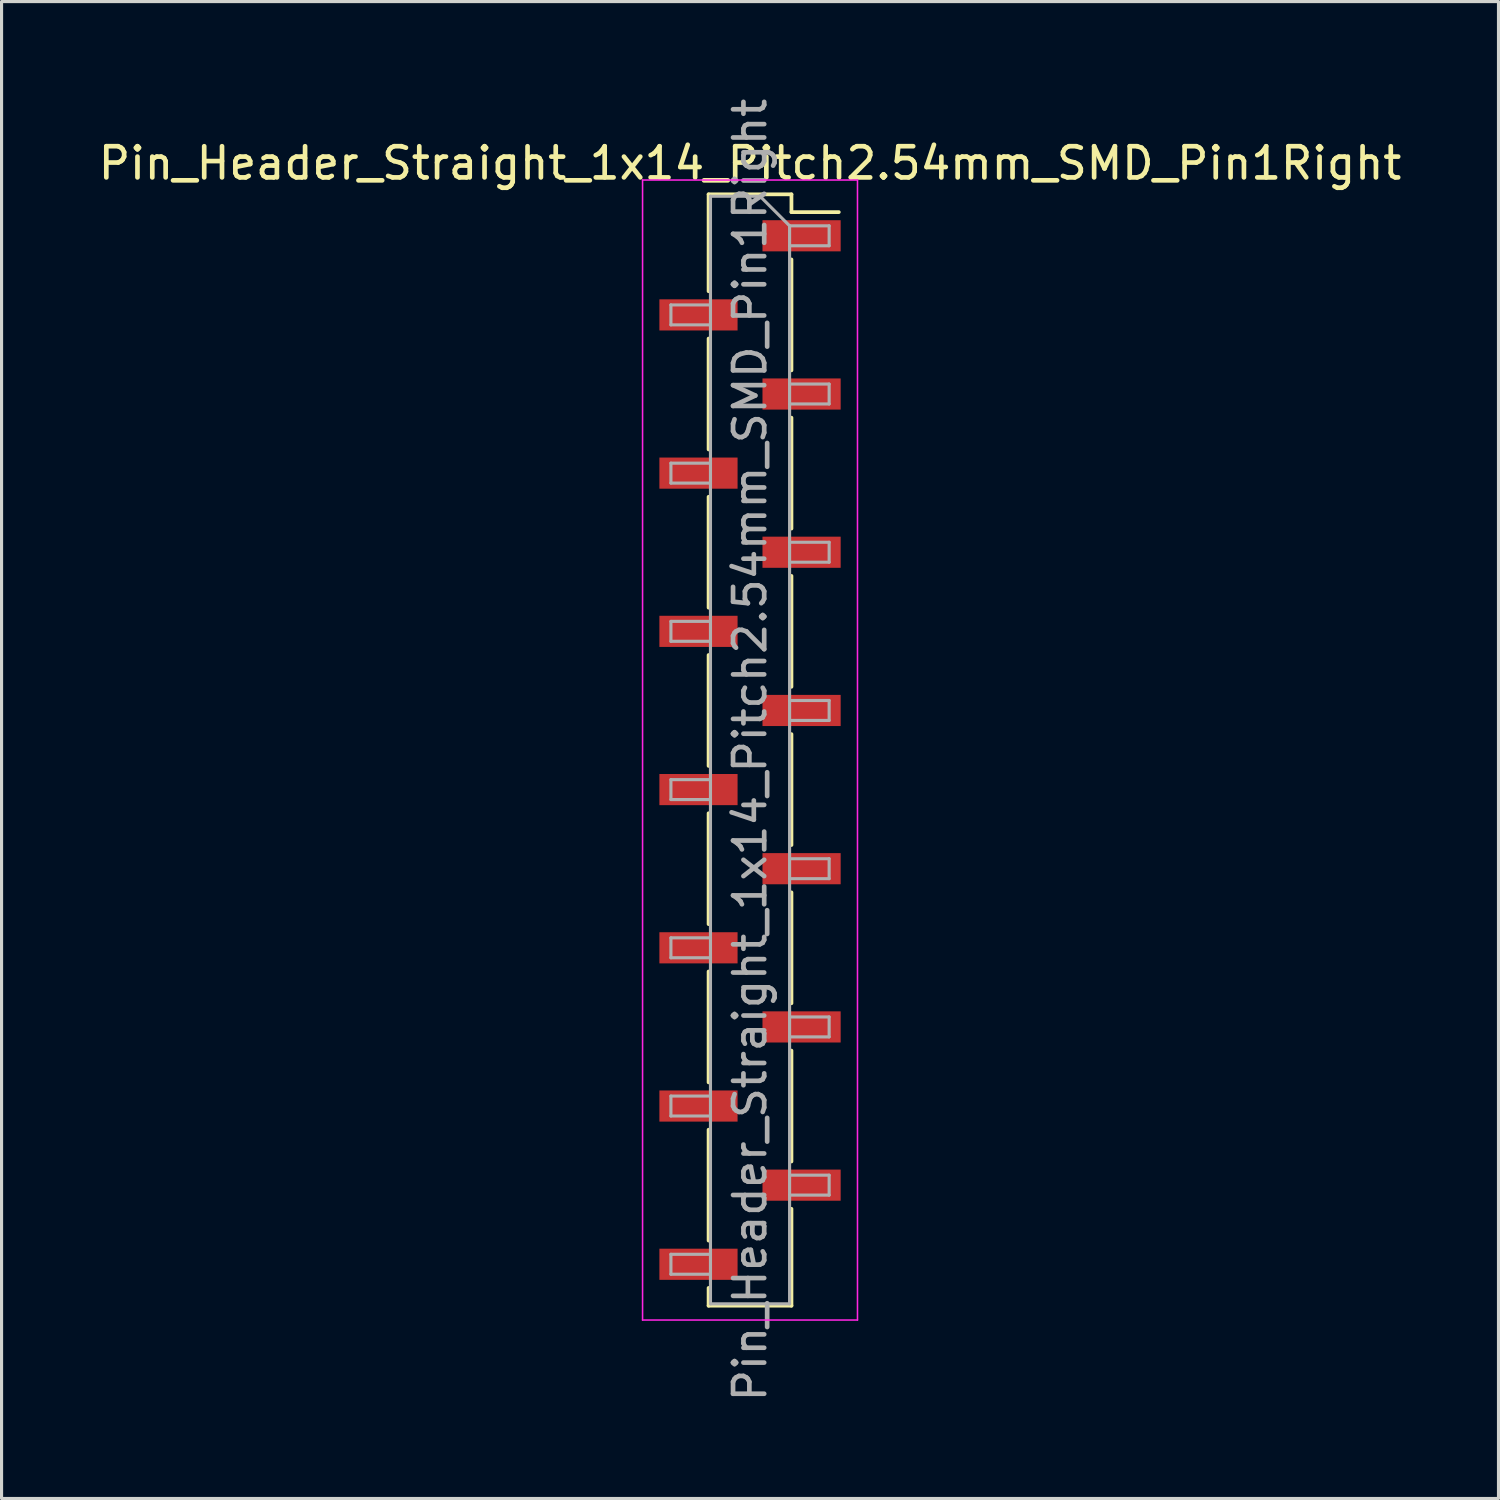
<source format=kicad_pcb>
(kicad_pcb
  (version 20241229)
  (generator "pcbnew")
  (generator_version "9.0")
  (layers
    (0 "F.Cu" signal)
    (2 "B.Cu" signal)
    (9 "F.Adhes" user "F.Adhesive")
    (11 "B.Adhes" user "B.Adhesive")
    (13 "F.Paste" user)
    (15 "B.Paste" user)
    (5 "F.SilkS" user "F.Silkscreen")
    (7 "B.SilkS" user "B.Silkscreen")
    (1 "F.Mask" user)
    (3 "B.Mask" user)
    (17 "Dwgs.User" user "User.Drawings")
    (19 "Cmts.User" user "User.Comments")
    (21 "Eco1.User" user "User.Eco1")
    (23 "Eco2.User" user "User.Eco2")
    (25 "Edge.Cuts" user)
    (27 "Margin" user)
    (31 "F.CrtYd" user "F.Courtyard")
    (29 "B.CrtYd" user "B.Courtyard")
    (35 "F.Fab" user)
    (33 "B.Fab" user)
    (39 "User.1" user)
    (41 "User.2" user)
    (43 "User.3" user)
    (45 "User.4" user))
  (footprint "Pin_Header_Straight_1x14_Pitch2.54mm_SMD_Pin1Right"
    (layer "F.Cu")
    (at 21.03 21.03)
    (property "Reference" "Pin_Header_Straight_1x14_Pitch2.54mm_SMD_Pin1Right" (at 0 -18.84 0) (layer "F.SilkS") (effects (font (size 1 1) (thickness 0.15))))
    (attr smd)
    (fp_line (start -1.33 -17.84) (end -1.33 -14.73) (stroke (width 0.12) (type solid)) (layer "F.SilkS"))
    (fp_line (start -1.33 -17.84) (end 1.33 -17.84) (stroke (width 0.12) (type solid)) (layer "F.SilkS"))
    (fp_line (start -1.33 -13.21) (end -1.33 -9.65) (stroke (width 0.12) (type solid)) (layer "F.SilkS"))
    (fp_line (start -1.33 -8.13) (end -1.33 -4.57) (stroke (width 0.12) (type solid)) (layer "F.SilkS"))
    (fp_line (start -1.33 -3.05) (end -1.33 0.51) (stroke (width 0.12) (type solid)) (layer "F.SilkS"))
    (fp_line (start -1.33 2.03) (end -1.33 5.59) (stroke (width 0.12) (type solid)) (layer "F.SilkS"))
    (fp_line (start -1.33 7.11) (end -1.33 10.67) (stroke (width 0.12) (type solid)) (layer "F.SilkS"))
    (fp_line (start -1.33 12.19) (end -1.33 15.75) (stroke (width 0.12) (type solid)) (layer "F.SilkS"))
    (fp_line (start -1.33 17.27) (end -1.33 17.84) (stroke (width 0.12) (type solid)) (layer "F.SilkS"))
    (fp_line (start -1.33 17.84) (end 1.33 17.84) (stroke (width 0.12) (type solid)) (layer "F.SilkS"))
    (fp_line (start 1.33 -17.84) (end 1.33 -17.27) (stroke (width 0.12) (type solid)) (layer "F.SilkS"))
    (fp_line (start 1.33 -17.27) (end 2.85 -17.27) (stroke (width 0.12) (type solid)) (layer "F.SilkS"))
    (fp_line (start 1.33 -15.75) (end 1.33 -12.19) (stroke (width 0.12) (type solid)) (layer "F.SilkS"))
    (fp_line (start 1.33 -10.67) (end 1.33 -7.11) (stroke (width 0.12) (type solid)) (layer "F.SilkS"))
    (fp_line (start 1.33 -5.59) (end 1.33 -2.03) (stroke (width 0.12) (type solid)) (layer "F.SilkS"))
    (fp_line (start 1.33 -0.51) (end 1.33 3.05) (stroke (width 0.12) (type solid)) (layer "F.SilkS"))
    (fp_line (start 1.33 4.57) (end 1.33 8.13) (stroke (width 0.12) (type solid)) (layer "F.SilkS"))
    (fp_line (start 1.33 9.65) (end 1.33 13.21) (stroke (width 0.12) (type solid)) (layer "F.SilkS"))
    (fp_line (start 1.33 14.73) (end 1.33 17.84) (stroke (width 0.12) (type solid)) (layer "F.SilkS"))
    (fp_line (start -3.45 -18.3) (end -3.45 18.3) (stroke (width 0.05) (type solid)) (layer "F.CrtYd"))
    (fp_line (start -3.45 18.3) (end 3.45 18.3) (stroke (width 0.05) (type solid)) (layer "F.CrtYd"))
    (fp_line (start 3.45 -18.3) (end -3.45 -18.3) (stroke (width 0.05) (type solid)) (layer "F.CrtYd"))
    (fp_line (start 3.45 18.3) (end 3.45 -18.3) (stroke (width 0.05) (type solid)) (layer "F.CrtYd"))
    (fp_line (start -2.54 -14.29) (end -2.54 -13.65) (stroke (width 0.1) (type solid)) (layer "F.Fab"))
    (fp_line (start -2.54 -13.65) (end -1.27 -13.65) (stroke (width 0.1) (type solid)) (layer "F.Fab"))
    (fp_line (start -2.54 -9.21) (end -2.54 -8.57) (stroke (width 0.1) (type solid)) (layer "F.Fab"))
    (fp_line (start -2.54 -8.57) (end -1.27 -8.57) (stroke (width 0.1) (type solid)) (layer "F.Fab"))
    (fp_line (start -2.54 -4.13) (end -2.54 -3.49) (stroke (width 0.1) (type solid)) (layer "F.Fab"))
    (fp_line (start -2.54 -3.49) (end -1.27 -3.49) (stroke (width 0.1) (type solid)) (layer "F.Fab"))
    (fp_line (start -2.54 0.95) (end -2.54 1.59) (stroke (width 0.1) (type solid)) (layer "F.Fab"))
    (fp_line (start -2.54 1.59) (end -1.27 1.59) (stroke (width 0.1) (type solid)) (layer "F.Fab"))
    (fp_line (start -2.54 6.03) (end -2.54 6.67) (stroke (width 0.1) (type solid)) (layer "F.Fab"))
    (fp_line (start -2.54 6.67) (end -1.27 6.67) (stroke (width 0.1) (type solid)) (layer "F.Fab"))
    (fp_line (start -2.54 11.11) (end -2.54 11.75) (stroke (width 0.1) (type solid)) (layer "F.Fab"))
    (fp_line (start -2.54 11.75) (end -1.27 11.75) (stroke (width 0.1) (type solid)) (layer "F.Fab"))
    (fp_line (start -2.54 16.19) (end -2.54 16.83) (stroke (width 0.1) (type solid)) (layer "F.Fab"))
    (fp_line (start -2.54 16.83) (end -1.27 16.83) (stroke (width 0.1) (type solid)) (layer "F.Fab"))
    (fp_line (start -1.27 -17.78) (end -1.27 17.78) (stroke (width 0.1) (type solid)) (layer "F.Fab"))
    (fp_line (start -1.27 -17.78) (end 0.32 -17.78) (stroke (width 0.1) (type solid)) (layer "F.Fab"))
    (fp_line (start -1.27 -14.29) (end -2.54 -14.29) (stroke (width 0.1) (type solid)) (layer "F.Fab"))
    (fp_line (start -1.27 -9.21) (end -2.54 -9.21) (stroke (width 0.1) (type solid)) (layer "F.Fab"))
    (fp_line (start -1.27 -4.13) (end -2.54 -4.13) (stroke (width 0.1) (type solid)) (layer "F.Fab"))
    (fp_line (start -1.27 0.95) (end -2.54 0.95) (stroke (width 0.1) (type solid)) (layer "F.Fab"))
    (fp_line (start -1.27 6.03) (end -2.54 6.03) (stroke (width 0.1) (type solid)) (layer "F.Fab"))
    (fp_line (start -1.27 11.11) (end -2.54 11.11) (stroke (width 0.1) (type solid)) (layer "F.Fab"))
    (fp_line (start -1.27 16.19) (end -2.54 16.19) (stroke (width 0.1) (type solid)) (layer "F.Fab"))
    (fp_line (start 1.27 -16.83) (end 0.32 -17.78) (stroke (width 0.1) (type solid)) (layer "F.Fab"))
    (fp_line (start 1.27 -16.83) (end 2.54 -16.83) (stroke (width 0.1) (type solid)) (layer "F.Fab"))
    (fp_line (start 1.27 -11.75) (end 2.54 -11.75) (stroke (width 0.1) (type solid)) (layer "F.Fab"))
    (fp_line (start 1.27 -6.67) (end 2.54 -6.67) (stroke (width 0.1) (type solid)) (layer "F.Fab"))
    (fp_line (start 1.27 -1.59) (end 2.54 -1.59) (stroke (width 0.1) (type solid)) (layer "F.Fab"))
    (fp_line (start 1.27 3.49) (end 2.54 3.49) (stroke (width 0.1) (type solid)) (layer "F.Fab"))
    (fp_line (start 1.27 8.57) (end 2.54 8.57) (stroke (width 0.1) (type solid)) (layer "F.Fab"))
    (fp_line (start 1.27 13.65) (end 2.54 13.65) (stroke (width 0.1) (type solid)) (layer "F.Fab"))
    (fp_line (start 1.27 17.78) (end -1.27 17.78) (stroke (width 0.1) (type solid)) (layer "F.Fab"))
    (fp_line (start 1.27 17.78) (end 1.27 -16.83) (stroke (width 0.1) (type solid)) (layer "F.Fab"))
    (fp_line (start 2.54 -16.83) (end 2.54 -16.19) (stroke (width 0.1) (type solid)) (layer "F.Fab"))
    (fp_line (start 2.54 -16.19) (end 1.27 -16.19) (stroke (width 0.1) (type solid)) (layer "F.Fab"))
    (fp_line (start 2.54 -11.75) (end 2.54 -11.11) (stroke (width 0.1) (type solid)) (layer "F.Fab"))
    (fp_line (start 2.54 -11.11) (end 1.27 -11.11) (stroke (width 0.1) (type solid)) (layer "F.Fab"))
    (fp_line (start 2.54 -6.67) (end 2.54 -6.03) (stroke (width 0.1) (type solid)) (layer "F.Fab"))
    (fp_line (start 2.54 -6.03) (end 1.27 -6.03) (stroke (width 0.1) (type solid)) (layer "F.Fab"))
    (fp_line (start 2.54 -1.59) (end 2.54 -0.95) (stroke (width 0.1) (type solid)) (layer "F.Fab"))
    (fp_line (start 2.54 -0.95) (end 1.27 -0.95) (stroke (width 0.1) (type solid)) (layer "F.Fab"))
    (fp_line (start 2.54 3.49) (end 2.54 4.13) (stroke (width 0.1) (type solid)) (layer "F.Fab"))
    (fp_line (start 2.54 4.13) (end 1.27 4.13) (stroke (width 0.1) (type solid)) (layer "F.Fab"))
    (fp_line (start 2.54 8.57) (end 2.54 9.21) (stroke (width 0.1) (type solid)) (layer "F.Fab"))
    (fp_line (start 2.54 9.21) (end 1.27 9.21) (stroke (width 0.1) (type solid)) (layer "F.Fab"))
    (fp_line (start 2.54 13.65) (end 2.54 14.29) (stroke (width 0.1) (type solid)) (layer "F.Fab"))
    (fp_line (start 2.54 14.29) (end 1.27 14.29) (stroke (width 0.1) (type solid)) (layer "F.Fab"))
    (fp_text user "${REFERENCE}" (at 0 0 90) (layer "F.Fab") (effects (font (size 1 1) (thickness 0.15))))
    (pad "1" smd rect (at 1.655 -16.51) (size 2.51 1) (layers "F.Cu" "F.Mask" "F.Paste"))
    (pad "2" smd rect (at -1.655 -13.97) (size 2.51 1) (layers "F.Cu" "F.Mask" "F.Paste"))
    (pad "3" smd rect (at 1.655 -11.43) (size 2.51 1) (layers "F.Cu" "F.Mask" "F.Paste"))
    (pad "4" smd rect (at -1.655 -8.89) (size 2.51 1) (layers "F.Cu" "F.Mask" "F.Paste"))
    (pad "5" smd rect (at 1.655 -6.35) (size 2.51 1) (layers "F.Cu" "F.Mask" "F.Paste"))
    (pad "6" smd rect (at -1.655 -3.81) (size 2.51 1) (layers "F.Cu" "F.Mask" "F.Paste"))
    (pad "7" smd rect (at 1.655 -1.27) (size 2.51 1) (layers "F.Cu" "F.Mask" "F.Paste"))
    (pad "8" smd rect (at -1.655 1.27) (size 2.51 1) (layers "F.Cu" "F.Mask" "F.Paste"))
    (pad "9" smd rect (at 1.655 3.81) (size 2.51 1) (layers "F.Cu" "F.Mask" "F.Paste"))
    (pad "10" smd rect (at -1.655 6.35) (size 2.51 1) (layers "F.Cu" "F.Mask" "F.Paste"))
    (pad "11" smd rect (at 1.655 8.89) (size 2.51 1) (layers "F.Cu" "F.Mask" "F.Paste"))
    (pad "12" smd rect (at -1.655 11.43) (size 2.51 1) (layers "F.Cu" "F.Mask" "F.Paste"))
    (pad "13" smd rect (at 1.655 13.97) (size 2.51 1) (layers "F.Cu" "F.Mask" "F.Paste"))
    (pad "14" smd rect (at -1.655 16.51) (size 2.51 1) (layers "F.Cu" "F.Mask" "F.Paste")))
  (gr_rect
    (start -3 -3)
    (end 45.06 45.06)
    (stroke (width 0.1) (type default))
    (fill no)
    (layer "Edge.Cuts")))
</source>
